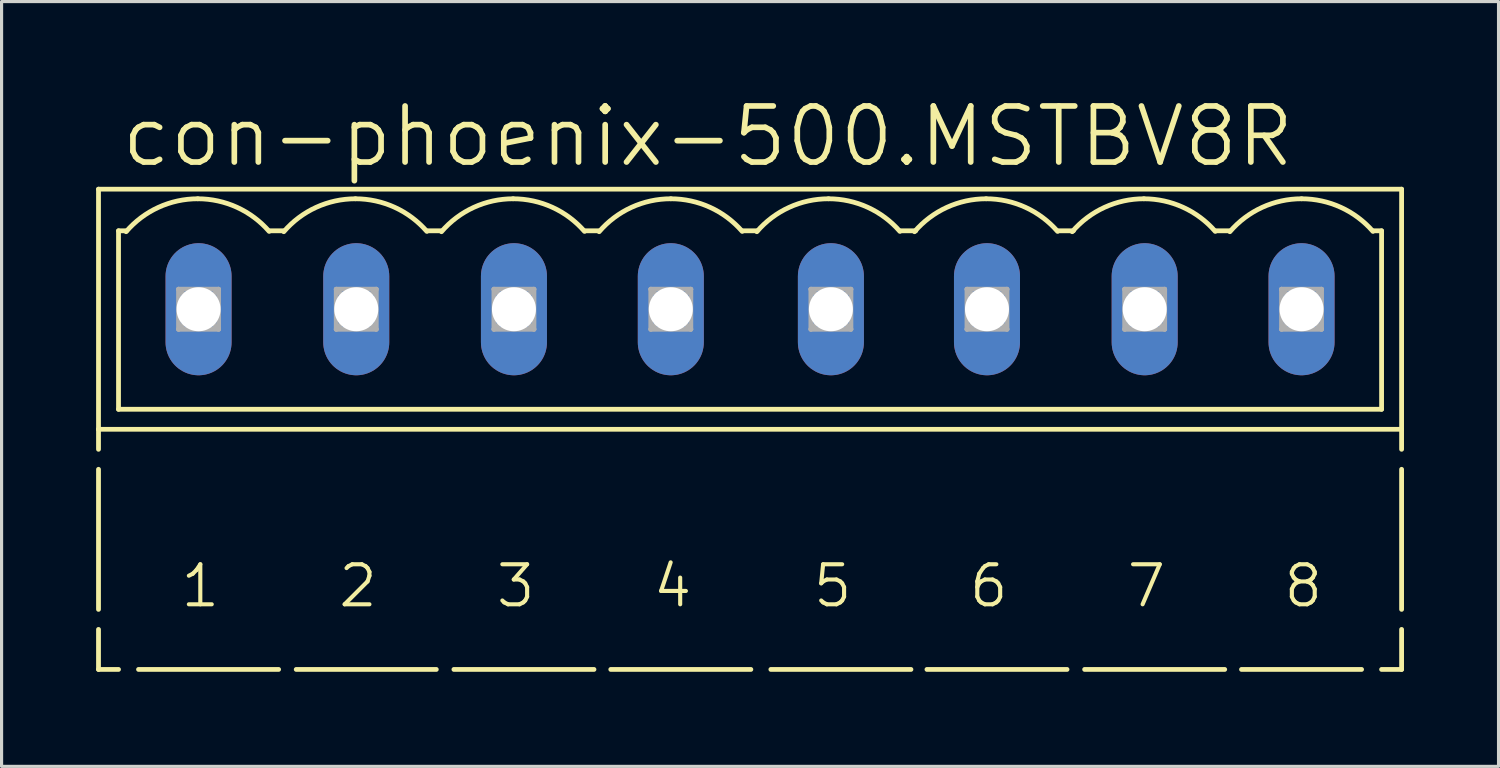
<source format=kicad_pcb>
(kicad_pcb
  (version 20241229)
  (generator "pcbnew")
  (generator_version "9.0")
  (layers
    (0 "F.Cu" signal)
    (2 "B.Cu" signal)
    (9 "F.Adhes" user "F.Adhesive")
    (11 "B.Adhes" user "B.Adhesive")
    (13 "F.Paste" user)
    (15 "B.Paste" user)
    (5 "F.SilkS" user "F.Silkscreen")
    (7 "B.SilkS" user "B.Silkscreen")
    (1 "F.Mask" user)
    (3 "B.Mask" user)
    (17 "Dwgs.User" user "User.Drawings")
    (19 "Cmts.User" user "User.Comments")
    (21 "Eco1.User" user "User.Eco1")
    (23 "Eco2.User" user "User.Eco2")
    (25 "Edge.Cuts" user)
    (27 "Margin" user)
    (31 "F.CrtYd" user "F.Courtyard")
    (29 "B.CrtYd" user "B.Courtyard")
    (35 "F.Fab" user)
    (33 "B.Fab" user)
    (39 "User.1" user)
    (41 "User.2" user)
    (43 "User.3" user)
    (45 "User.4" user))
  (footprint "con-phoenix-500.MSTBV8R"
    (layer "F.Cu")
    (at 20.751 6.763)
    (property "Reference" "con-phoenix-500.MSTBV8R" (at -20.04 -4.445 0) (layer "F.SilkS") (effects (font (size 1.778 1.778) (thickness 0.18)) (justify left bottom)))
    (attr through_hole)
    (fp_line (start -20.675 -3.81) (end -20.675 3.81) (stroke (width 0.152) (type default)) (layer "F.SilkS"))
    (fp_line (start -20.675 3.81) (end -20.675 4.445) (stroke (width 0.152) (type default)) (layer "F.SilkS"))
    (fp_line (start -20.675 9.525) (end -20.675 5.08) (stroke (width 0.152) (type default)) (layer "F.SilkS"))
    (fp_line (start -20.675 11.43) (end -20.675 10.16) (stroke (width 0.152) (type default)) (layer "F.SilkS"))
    (fp_line (start -20.04 -2.489) (end -20.04 3.175) (stroke (width 0.152) (type default)) (layer "F.SilkS"))
    (fp_line (start -20.04 11.43) (end -20.675 11.43) (stroke (width 0.152) (type default)) (layer "F.SilkS"))
    (fp_line (start -19.786 -2.489) (end -20.04 -2.489) (stroke (width 0.152) (type default)) (layer "F.SilkS"))
    (fp_line (start -14.96 11.43) (end -19.405 11.43) (stroke (width 0.152) (type default)) (layer "F.SilkS"))
    (fp_line (start -14.808 -2.489) (end -15.239 -2.489) (stroke (width 0.152) (type default)) (layer "F.SilkS"))
    (fp_line (start -9.956 11.43) (end -14.401 11.43) (stroke (width 0.152) (type default)) (layer "F.SilkS"))
    (fp_line (start -9.804 -2.489) (end -10.236 -2.489) (stroke (width 0.152) (type default)) (layer "F.SilkS"))
    (fp_line (start -4.952 11.43) (end -9.397 11.43) (stroke (width 0.152) (type default)) (layer "F.SilkS"))
    (fp_line (start -4.8 -2.489) (end -5.232 -2.489) (stroke (width 0.152) (type default)) (layer "F.SilkS"))
    (fp_line (start 0.026 11.43) (end -4.419 11.43) (stroke (width 0.152) (type default)) (layer "F.SilkS"))
    (fp_line (start 0.229 -2.489) (end -0.228 -2.489) (stroke (width 0.152) (type default)) (layer "F.SilkS"))
    (fp_line (start 5.106 11.43) (end 0.661 11.43) (stroke (width 0.152) (type default)) (layer "F.SilkS"))
    (fp_line (start 5.258 -2.489) (end 4.776 -2.489) (stroke (width 0.152) (type default)) (layer "F.SilkS"))
    (fp_line (start 10.059 11.43) (end 5.614 11.43) (stroke (width 0.152) (type default)) (layer "F.SilkS"))
    (fp_line (start 10.262 -2.489) (end 9.78 -2.489) (stroke (width 0.152) (type default)) (layer "F.SilkS"))
    (fp_line (start 15.063 11.43) (end 10.618 11.43) (stroke (width 0.152) (type default)) (layer "F.SilkS"))
    (fp_line (start 15.215 -2.489) (end 14.783 -2.489) (stroke (width 0.152) (type default)) (layer "F.SilkS"))
    (fp_line (start 19.406 11.43) (end 15.596 11.43) (stroke (width 0.152) (type default)) (layer "F.SilkS"))
    (fp_line (start 20.041 -2.489) (end 19.787 -2.489) (stroke (width 0.152) (type default)) (layer "F.SilkS"))
    (fp_line (start 20.041 -2.489) (end 20.041 3.175) (stroke (width 0.152) (type default)) (layer "F.SilkS"))
    (fp_line (start 20.041 3.175) (end -20.04 3.175) (stroke (width 0.152) (type default)) (layer "F.SilkS"))
    (fp_line (start 20.676 -3.81) (end -20.675 -3.81) (stroke (width 0.152) (type default)) (layer "F.SilkS"))
    (fp_line (start 20.676 3.81) (end -20.675 3.81) (stroke (width 0.152) (type default)) (layer "F.SilkS"))
    (fp_line (start 20.676 3.81) (end 20.676 -3.81) (stroke (width 0.152) (type default)) (layer "F.SilkS"))
    (fp_line (start 20.676 4.445) (end 20.676 3.81) (stroke (width 0.152) (type default)) (layer "F.SilkS"))
    (fp_line (start 20.676 9.525) (end 20.676 5.08) (stroke (width 0.152) (type default)) (layer "F.SilkS"))
    (fp_line (start 20.676 11.43) (end 20.041 11.43) (stroke (width 0.152) (type default)) (layer "F.SilkS"))
    (fp_line (start 20.676 11.43) (end 20.676 10.16) (stroke (width 0.152) (type default)) (layer "F.SilkS"))
    (fp_arc (start -19.7992 -2.4608) (mid -18.77651 -3.231677) (end -17.5254 -3.5053) (stroke (width 0.1524) (type default)) (layer "F.SilkS"))
    (fp_arc (start -17.5254 -3.5052) (mid -16.280423 -3.234436) (end -15.2604 -2.471) (stroke (width 0.1524) (type default)) (layer "F.SilkS"))
    (fp_arc (start -14.7954 -2.4608) (mid -13.772701 -3.231631) (end -12.5216 -3.5052) (stroke (width 0.1524) (type default)) (layer "F.SilkS"))
    (fp_arc (start -12.5216 -3.5052) (mid -11.276623 -3.234436) (end -10.2566 -2.471) (stroke (width 0.1524) (type default)) (layer "F.SilkS"))
    (fp_arc (start -9.7916 -2.4608) (mid -8.768901 -3.231631) (end -7.5178 -3.5052) (stroke (width 0.1524) (type default)) (layer "F.SilkS"))
    (fp_arc (start -7.5178 -3.5052) (mid -6.272823 -3.234436) (end -5.2528 -2.471) (stroke (width 0.1524) (type default)) (layer "F.SilkS"))
    (fp_arc (start -4.7878 -2.4608) (mid -3.765101 -3.231631) (end -2.514 -3.5052) (stroke (width 0.1524) (type default)) (layer "F.SilkS"))
    (fp_arc (start -2.514 -3.5052) (mid -1.269023 -3.234436) (end -0.249 -2.471) (stroke (width 0.1524) (type default)) (layer "F.SilkS"))
    (fp_arc (start 0.216 -2.4608) (mid 1.238699 -3.231631) (end 2.4898 -3.5052) (stroke (width 0.1524) (type default)) (layer "F.SilkS"))
    (fp_arc (start 2.4898 -3.5052) (mid 3.734777 -3.234436) (end 4.7548 -2.471) (stroke (width 0.1524) (type default)) (layer "F.SilkS"))
    (fp_arc (start 5.2198 -2.4608) (mid 6.242499 -3.231631) (end 7.4936 -3.5052) (stroke (width 0.1524) (type default)) (layer "F.SilkS"))
    (fp_arc (start 7.4936 -3.5052) (mid 8.738577 -3.234436) (end 9.7586 -2.471) (stroke (width 0.1524) (type default)) (layer "F.SilkS"))
    (fp_arc (start 10.2236 -2.4608) (mid 11.246299 -3.231631) (end 12.4974 -3.5052) (stroke (width 0.1524) (type default)) (layer "F.SilkS"))
    (fp_arc (start 12.4974 -3.5052) (mid 13.742377 -3.234436) (end 14.7624 -2.471) (stroke (width 0.1524) (type default)) (layer "F.SilkS"))
    (fp_arc (start 15.2274 -2.4608) (mid 16.250099 -3.231631) (end 17.5012 -3.5052) (stroke (width 0.1524) (type default)) (layer "F.SilkS"))
    (fp_arc (start 17.5012 -3.5052) (mid 18.746177 -3.234436) (end 19.7662 -2.471) (stroke (width 0.1524) (type default)) (layer "F.SilkS"))
    (fp_line (start -18.135 -0.635) (end -18.135 0.635) (stroke (width 0.152) (type default)) (layer "F.Fab"))
    (fp_line (start -18.135 0.635) (end -16.865 0.635) (stroke (width 0.152) (type default)) (layer "F.Fab"))
    (fp_line (start -16.865 -0.635) (end -18.135 -0.635) (stroke (width 0.152) (type default)) (layer "F.Fab"))
    (fp_line (start -16.865 -0.635) (end -18.135 0.635) (stroke (width 0.152) (type default)) (layer "F.Fab"))
    (fp_line (start -16.865 0.635) (end -18.135 -0.635) (stroke (width 0.152) (type default)) (layer "F.Fab"))
    (fp_line (start -16.865 0.635) (end -16.865 -0.635) (stroke (width 0.152) (type default)) (layer "F.Fab"))
    (fp_line (start -13.131 -0.635) (end -13.131 0.635) (stroke (width 0.152) (type default)) (layer "F.Fab"))
    (fp_line (start -13.131 0.635) (end -11.861 0.635) (stroke (width 0.152) (type default)) (layer "F.Fab"))
    (fp_line (start -11.861 -0.635) (end -13.131 -0.635) (stroke (width 0.152) (type default)) (layer "F.Fab"))
    (fp_line (start -11.861 -0.635) (end -13.131 0.635) (stroke (width 0.152) (type default)) (layer "F.Fab"))
    (fp_line (start -11.861 0.635) (end -13.131 -0.635) (stroke (width 0.152) (type default)) (layer "F.Fab"))
    (fp_line (start -11.861 0.635) (end -11.861 -0.635) (stroke (width 0.152) (type default)) (layer "F.Fab"))
    (fp_line (start -8.127 -0.635) (end -8.127 0.635) (stroke (width 0.152) (type default)) (layer "F.Fab"))
    (fp_line (start -8.127 0.635) (end -6.857 0.635) (stroke (width 0.152) (type default)) (layer "F.Fab"))
    (fp_line (start -6.857 -0.635) (end -8.127 -0.635) (stroke (width 0.152) (type default)) (layer "F.Fab"))
    (fp_line (start -6.857 -0.635) (end -8.127 0.635) (stroke (width 0.152) (type default)) (layer "F.Fab"))
    (fp_line (start -6.857 0.635) (end -8.127 -0.635) (stroke (width 0.152) (type default)) (layer "F.Fab"))
    (fp_line (start -6.857 0.635) (end -6.857 -0.635) (stroke (width 0.152) (type default)) (layer "F.Fab"))
    (fp_line (start -3.149 -0.635) (end -3.149 0.635) (stroke (width 0.152) (type default)) (layer "F.Fab"))
    (fp_line (start -3.149 0.635) (end -1.879 0.635) (stroke (width 0.152) (type default)) (layer "F.Fab"))
    (fp_line (start -1.879 -0.635) (end -3.149 -0.635) (stroke (width 0.152) (type default)) (layer "F.Fab"))
    (fp_line (start -1.879 -0.635) (end -3.149 0.635) (stroke (width 0.152) (type default)) (layer "F.Fab"))
    (fp_line (start -1.879 0.635) (end -3.149 -0.635) (stroke (width 0.152) (type default)) (layer "F.Fab"))
    (fp_line (start -1.879 0.635) (end -1.879 -0.635) (stroke (width 0.152) (type default)) (layer "F.Fab"))
    (fp_line (start 1.931 -0.635) (end 1.931 0.635) (stroke (width 0.152) (type default)) (layer "F.Fab"))
    (fp_line (start 1.931 0.635) (end 3.201 0.635) (stroke (width 0.152) (type default)) (layer "F.Fab"))
    (fp_line (start 3.201 -0.635) (end 1.931 -0.635) (stroke (width 0.152) (type default)) (layer "F.Fab"))
    (fp_line (start 3.201 -0.635) (end 1.931 0.635) (stroke (width 0.152) (type default)) (layer "F.Fab"))
    (fp_line (start 3.201 0.635) (end 1.931 -0.635) (stroke (width 0.152) (type default)) (layer "F.Fab"))
    (fp_line (start 3.201 0.635) (end 3.201 -0.635) (stroke (width 0.152) (type default)) (layer "F.Fab"))
    (fp_line (start 6.884 -0.635) (end 6.884 0.635) (stroke (width 0.152) (type default)) (layer "F.Fab"))
    (fp_line (start 6.884 0.635) (end 8.154 0.635) (stroke (width 0.152) (type default)) (layer "F.Fab"))
    (fp_line (start 8.154 -0.635) (end 6.884 -0.635) (stroke (width 0.152) (type default)) (layer "F.Fab"))
    (fp_line (start 8.154 -0.635) (end 6.884 0.635) (stroke (width 0.152) (type default)) (layer "F.Fab"))
    (fp_line (start 8.154 0.635) (end 6.884 -0.635) (stroke (width 0.152) (type default)) (layer "F.Fab"))
    (fp_line (start 8.154 0.635) (end 8.154 -0.635) (stroke (width 0.152) (type default)) (layer "F.Fab"))
    (fp_line (start 11.888 -0.635) (end 11.888 0.635) (stroke (width 0.152) (type default)) (layer "F.Fab"))
    (fp_line (start 11.888 0.635) (end 13.158 0.635) (stroke (width 0.152) (type default)) (layer "F.Fab"))
    (fp_line (start 13.158 -0.635) (end 11.888 -0.635) (stroke (width 0.152) (type default)) (layer "F.Fab"))
    (fp_line (start 13.158 -0.635) (end 11.888 0.635) (stroke (width 0.152) (type default)) (layer "F.Fab"))
    (fp_line (start 13.158 0.635) (end 11.888 -0.635) (stroke (width 0.152) (type default)) (layer "F.Fab"))
    (fp_line (start 13.158 0.635) (end 13.158 -0.635) (stroke (width 0.152) (type default)) (layer "F.Fab"))
    (fp_line (start 16.866 -0.635) (end 16.866 0.635) (stroke (width 0.152) (type default)) (layer "F.Fab"))
    (fp_line (start 16.866 0.635) (end 18.136 0.635) (stroke (width 0.152) (type default)) (layer "F.Fab"))
    (fp_line (start 18.136 -0.635) (end 16.866 -0.635) (stroke (width 0.152) (type default)) (layer "F.Fab"))
    (fp_line (start 18.136 -0.635) (end 16.866 0.635) (stroke (width 0.152) (type default)) (layer "F.Fab"))
    (fp_line (start 18.136 0.635) (end 16.866 -0.635) (stroke (width 0.152) (type default)) (layer "F.Fab"))
    (fp_line (start 18.136 0.635) (end 18.136 -0.635) (stroke (width 0.152) (type default)) (layer "F.Fab"))
    (fp_text user "6" (at 6.884 9.525 0) (layer "F.SilkS") (effects (font (size 1.27 1.27) (thickness 0.13)) (justify left bottom)))
    (fp_text user "4" (at -3.149 9.525 0) (layer "F.SilkS") (effects (font (size 1.27 1.27) (thickness 0.13)) (justify left bottom)))
    (fp_text user "7" (at 11.888 9.525 0) (layer "F.SilkS") (effects (font (size 1.27 1.27) (thickness 0.13)) (justify left bottom)))
    (fp_text user "3" (at -8.127 9.525 0) (layer "F.SilkS") (effects (font (size 1.27 1.27) (thickness 0.13)) (justify left bottom)))
    (fp_text user "1" (at -18.135 9.525 0) (layer "F.SilkS") (effects (font (size 1.27 1.27) (thickness 0.13)) (justify left bottom)))
    (fp_text user "2" (at -13.131 9.525 0) (layer "F.SilkS") (effects (font (size 1.27 1.27) (thickness 0.13)) (justify left bottom)))
    (fp_text user "8" (at 16.866 9.525 0) (layer "F.SilkS") (effects (font (size 1.27 1.27) (thickness 0.13)) (justify left bottom)))
    (fp_text user "5" (at 1.931 9.525 0) (layer "F.SilkS") (effects (font (size 1.27 1.27) (thickness 0.13)) (justify left bottom)))
    (pad "1" thru_hole oval (at -17.5 0 90) (size 4.191 2.095) (drill 1.397) (layers "*.Cu" "*.Mask"))
    (pad "2" thru_hole oval (at -12.496 0 90) (size 4.191 2.095) (drill 1.397) (layers "*.Cu" "*.Mask"))
    (pad "3" thru_hole oval (at -7.492 0 90) (size 4.191 2.095) (drill 1.397) (layers "*.Cu" "*.Mask"))
    (pad "4" thru_hole oval (at -2.514 0 90) (size 4.191 2.095) (drill 1.397) (layers "*.Cu" "*.Mask"))
    (pad "5" thru_hole oval (at 2.566 0 90) (size 4.191 2.095) (drill 1.397) (layers "*.Cu" "*.Mask"))
    (pad "6" thru_hole oval (at 7.519 0 90) (size 4.191 2.095) (drill 1.397) (layers "*.Cu" "*.Mask"))
    (pad "7" thru_hole oval (at 12.523 0 90) (size 4.191 2.095) (drill 1.397) (layers "*.Cu" "*.Mask"))
    (pad "8" thru_hole oval (at 17.501 0 90) (size 4.191 2.095) (drill 1.397) (layers "*.Cu" "*.Mask")))
  (gr_rect
    (start -3 -3)
    (end 44.503 21.269)
    (stroke (width 0.1) (type default))
    (fill no)
    (layer "Edge.Cuts")))
</source>
